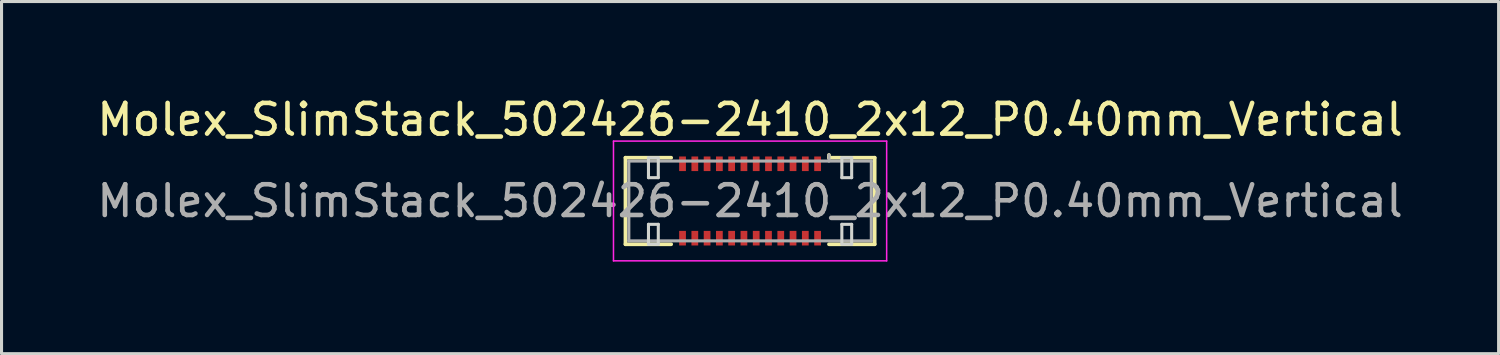
<source format=kicad_pcb>
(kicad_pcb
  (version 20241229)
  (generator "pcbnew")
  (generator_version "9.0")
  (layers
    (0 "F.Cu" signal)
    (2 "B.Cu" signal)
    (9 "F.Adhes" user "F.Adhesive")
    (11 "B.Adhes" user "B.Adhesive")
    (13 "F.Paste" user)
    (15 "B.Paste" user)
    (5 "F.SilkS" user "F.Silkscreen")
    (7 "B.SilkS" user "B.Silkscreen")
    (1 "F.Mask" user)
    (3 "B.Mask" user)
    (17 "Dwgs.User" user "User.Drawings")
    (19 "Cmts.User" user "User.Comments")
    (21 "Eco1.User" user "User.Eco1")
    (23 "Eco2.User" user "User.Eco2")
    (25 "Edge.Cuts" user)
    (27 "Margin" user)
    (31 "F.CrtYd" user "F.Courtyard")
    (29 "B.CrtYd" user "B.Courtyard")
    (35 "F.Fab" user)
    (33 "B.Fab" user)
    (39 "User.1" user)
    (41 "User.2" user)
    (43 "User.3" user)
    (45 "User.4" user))
  (footprint "Molex_SlimStack_502426-2410_2x12_P0.40mm_Vertical"
    (layer "F.Cu")
    (at 21.387 3.498)
    (property "Reference" "Molex_SlimStack_502426-2410_2x12_P0.40mm_Vertical" (at 0 -2.65 0) (layer "F.SilkS") (effects (font (size 1 1) (thickness 0.15))))
    (attr smd)
    (fp_line (start -4.06 -1.41) (end -2.57 -1.41) (stroke (width 0.12) (type solid)) (layer "F.SilkS"))
    (fp_line (start -4.06 1.41) (end -4.06 -1.41) (stroke (width 0.12) (type solid)) (layer "F.SilkS"))
    (fp_line (start -2.57 1.41) (end -4.06 1.41) (stroke (width 0.12) (type solid)) (layer "F.SilkS"))
    (fp_line (start 2.57 -1.41) (end 2.57 -1.5) (stroke (width 0.12) (type solid)) (layer "F.SilkS"))
    (fp_line (start 2.57 1.41) (end 4.06 1.41) (stroke (width 0.12) (type solid)) (layer "F.SilkS"))
    (fp_line (start 4.06 -1.41) (end 2.57 -1.41) (stroke (width 0.12) (type solid)) (layer "F.SilkS"))
    (fp_line (start 4.06 1.41) (end 4.06 -1.41) (stroke (width 0.12) (type solid)) (layer "F.SilkS"))
    (fp_line (start -3.31 -1.41) (end -3.31 -0.76) (stroke (width 0.1) (type solid)) (layer "Edge.Cuts"))
    (fp_line (start -3.31 -0.76) (end -2.99 -0.76) (stroke (width 0.1) (type solid)) (layer "Edge.Cuts"))
    (fp_line (start -3.31 0.76) (end -3.31 1.41) (stroke (width 0.1) (type solid)) (layer "Edge.Cuts"))
    (fp_line (start -3.31 1.41) (end -2.99 1.41) (stroke (width 0.1) (type solid)) (layer "Edge.Cuts"))
    (fp_line (start -2.99 -1.41) (end -3.31 -1.41) (stroke (width 0.1) (type solid)) (layer "Edge.Cuts"))
    (fp_line (start -2.99 -0.76) (end -2.99 -1.41) (stroke (width 0.1) (type solid)) (layer "Edge.Cuts"))
    (fp_line (start -2.99 0.76) (end -3.31 0.76) (stroke (width 0.1) (type solid)) (layer "Edge.Cuts"))
    (fp_line (start -2.99 1.41) (end -2.99 0.76) (stroke (width 0.1) (type solid)) (layer "Edge.Cuts"))
    (fp_line (start 2.99 -1.41) (end 2.99 -0.76) (stroke (width 0.1) (type solid)) (layer "Edge.Cuts"))
    (fp_line (start 2.99 -0.76) (end 3.31 -0.76) (stroke (width 0.1) (type solid)) (layer "Edge.Cuts"))
    (fp_line (start 2.99 0.76) (end 2.99 1.41) (stroke (width 0.1) (type solid)) (layer "Edge.Cuts"))
    (fp_line (start 2.99 1.41) (end 3.31 1.41) (stroke (width 0.1) (type solid)) (layer "Edge.Cuts"))
    (fp_line (start 3.31 -1.41) (end 2.99 -1.41) (stroke (width 0.1) (type solid)) (layer "Edge.Cuts"))
    (fp_line (start 3.31 -0.76) (end 3.31 -1.41) (stroke (width 0.1) (type solid)) (layer "Edge.Cuts"))
    (fp_line (start 3.31 0.76) (end 2.99 0.76) (stroke (width 0.1) (type solid)) (layer "Edge.Cuts"))
    (fp_line (start 3.31 1.41) (end 3.31 0.76) (stroke (width 0.1) (type solid)) (layer "Edge.Cuts"))
    (fp_line (start -4.45 -1.95) (end -4.45 1.95) (stroke (width 0.05) (type solid)) (layer "F.CrtYd"))
    (fp_line (start -4.45 1.95) (end 4.45 1.95) (stroke (width 0.05) (type solid)) (layer "F.CrtYd"))
    (fp_line (start 4.45 -1.95) (end -4.45 -1.95) (stroke (width 0.05) (type solid)) (layer "F.CrtYd"))
    (fp_line (start 4.45 1.95) (end 4.45 -1.95) (stroke (width 0.05) (type solid)) (layer "F.CrtYd"))
    (fp_line (start -3.95 -1.3) (end -3.95 1.3) (stroke (width 0.1) (type solid)) (layer "F.Fab"))
    (fp_line (start -3.95 1.3) (end 3.95 1.3) (stroke (width 0.1) (type solid)) (layer "F.Fab"))
    (fp_line (start 2.57 -1.3) (end 2.57 -1.5) (stroke (width 0.1) (type solid)) (layer "F.Fab"))
    (fp_line (start 3.95 -1.3) (end -3.95 -1.3) (stroke (width 0.1) (type solid)) (layer "F.Fab"))
    (fp_line (start 3.95 1.3) (end 3.95 -1.3) (stroke (width 0.1) (type solid)) (layer "F.Fab"))
    (fp_text user "${REFERENCE}" (at 0 0 0) (layer "F.Fab") (effects (font (size 1 1) (thickness 0.15))))
    (pad "1" smd rect (at 2.2 -1.212) (size 0.22 0.475) (layers "F.Cu" "F.Mask" "F.Paste"))
    (pad "2" smd rect (at 2.2 1.212) (size 0.22 0.475) (layers "F.Cu" "F.Mask" "F.Paste"))
    (pad "3" smd rect (at 1.8 -1.212) (size 0.22 0.475) (layers "F.Cu" "F.Mask" "F.Paste"))
    (pad "4" smd rect (at 1.8 1.212) (size 0.22 0.475) (layers "F.Cu" "F.Mask" "F.Paste"))
    (pad "5" smd rect (at 1.4 -1.212) (size 0.22 0.475) (layers "F.Cu" "F.Mask" "F.Paste"))
    (pad "6" smd rect (at 1.4 1.212) (size 0.22 0.475) (layers "F.Cu" "F.Mask" "F.Paste"))
    (pad "7" smd rect (at 1 -1.212) (size 0.22 0.475) (layers "F.Cu" "F.Mask" "F.Paste"))
    (pad "8" smd rect (at 1 1.212) (size 0.22 0.475) (layers "F.Cu" "F.Mask" "F.Paste"))
    (pad "9" smd rect (at 0.6 -1.212) (size 0.22 0.475) (layers "F.Cu" "F.Mask" "F.Paste"))
    (pad "10" smd rect (at 0.6 1.212) (size 0.22 0.475) (layers "F.Cu" "F.Mask" "F.Paste"))
    (pad "11" smd rect (at 0.2 -1.212) (size 0.22 0.475) (layers "F.Cu" "F.Mask" "F.Paste"))
    (pad "12" smd rect (at 0.2 1.212) (size 0.22 0.475) (layers "F.Cu" "F.Mask" "F.Paste"))
    (pad "13" smd rect (at -0.2 -1.212) (size 0.22 0.475) (layers "F.Cu" "F.Mask" "F.Paste"))
    (pad "14" smd rect (at -0.2 1.212) (size 0.22 0.475) (layers "F.Cu" "F.Mask" "F.Paste"))
    (pad "15" smd rect (at -0.6 -1.212) (size 0.22 0.475) (layers "F.Cu" "F.Mask" "F.Paste"))
    (pad "16" smd rect (at -0.6 1.212) (size 0.22 0.475) (layers "F.Cu" "F.Mask" "F.Paste"))
    (pad "17" smd rect (at -1 -1.212) (size 0.22 0.475) (layers "F.Cu" "F.Mask" "F.Paste"))
    (pad "18" smd rect (at -1 1.212) (size 0.22 0.475) (layers "F.Cu" "F.Mask" "F.Paste"))
    (pad "19" smd rect (at -1.4 -1.212) (size 0.22 0.475) (layers "F.Cu" "F.Mask" "F.Paste"))
    (pad "20" smd rect (at -1.4 1.212) (size 0.22 0.475) (layers "F.Cu" "F.Mask" "F.Paste"))
    (pad "21" smd rect (at -1.8 -1.212) (size 0.22 0.475) (layers "F.Cu" "F.Mask" "F.Paste"))
    (pad "22" smd rect (at -1.8 1.212) (size 0.22 0.475) (layers "F.Cu" "F.Mask" "F.Paste"))
    (pad "23" smd rect (at -2.2 -1.212) (size 0.22 0.475) (layers "F.Cu" "F.Mask" "F.Paste"))
    (pad "24" smd rect (at -2.2 1.212) (size 0.22 0.475) (layers "F.Cu" "F.Mask" "F.Paste")))
  (gr_rect
    (start -3 -3)
    (end 45.774 8.473)
    (stroke (width 0.1) (type default))
    (fill no)
    (layer "Edge.Cuts")))
</source>
